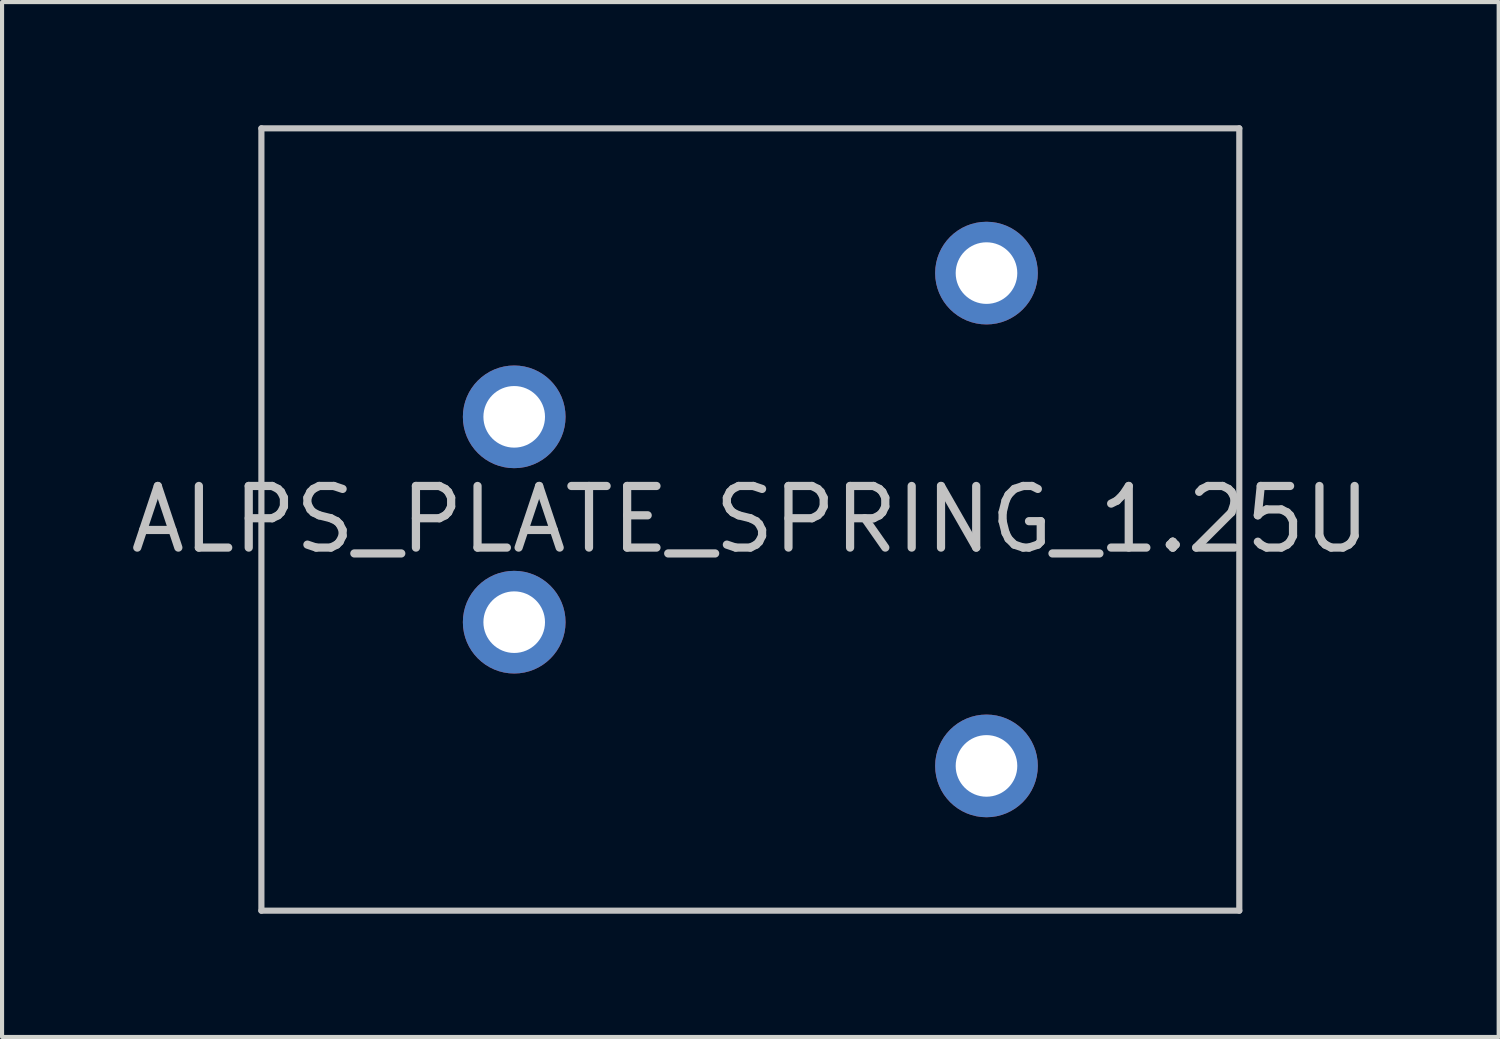
<source format=kicad_pcb>
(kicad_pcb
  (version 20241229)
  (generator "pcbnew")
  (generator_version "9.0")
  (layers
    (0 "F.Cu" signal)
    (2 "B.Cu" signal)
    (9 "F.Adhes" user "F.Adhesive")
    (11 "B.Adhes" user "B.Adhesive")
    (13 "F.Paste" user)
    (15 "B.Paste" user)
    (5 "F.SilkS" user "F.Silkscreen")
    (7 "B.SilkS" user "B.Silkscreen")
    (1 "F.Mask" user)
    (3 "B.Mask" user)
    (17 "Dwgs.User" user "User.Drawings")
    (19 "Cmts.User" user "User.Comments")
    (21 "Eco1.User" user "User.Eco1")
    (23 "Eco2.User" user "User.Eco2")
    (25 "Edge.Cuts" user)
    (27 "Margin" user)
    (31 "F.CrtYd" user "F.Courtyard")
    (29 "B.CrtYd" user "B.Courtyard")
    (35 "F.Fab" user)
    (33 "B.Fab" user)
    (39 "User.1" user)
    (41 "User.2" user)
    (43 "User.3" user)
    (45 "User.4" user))
  (footprint "ALPS_PLATE_SPRING_1.25U"
    (layer "F.Cu")
    (at 15.221 9.6)
    (property "Reference" "ALPS_PLATE_SPRING_1.25U" (at 0 0 0) (layer "Dwgs.User") (effects (font (size 1.5 1.5) (thickness 0.2))))
    (attr through_hole)
    (fp_line (start -11.906 -9.525) (end 11.906 -9.525) (stroke (width 0.15) (type solid)) (layer "Dwgs.User"))
    (fp_line (start -11.906 9.525) (end -11.906 -9.525) (stroke (width 0.15) (type solid)) (layer "Dwgs.User"))
    (fp_line (start 11.906 -9.525) (end 11.906 9.525) (stroke (width 0.15) (type solid)) (layer "Dwgs.User"))
    (fp_line (start 11.906 9.525) (end -11.906 9.525) (stroke (width 0.15) (type solid)) (layer "Dwgs.User"))
    (pad "1" thru_hole circle (at -5.75 2.5 90) (size 2.5 2.5) (drill 1.5) (layers "*.Cu" "*.Mask"))
    (pad "2" thru_hole circle (at -5.75 -2.5 90) (size 2.5 2.5) (drill 1.5) (layers "*.Cu" "*.Mask"))
    (pad "3" thru_hole circle (at 5.75 -6 90) (size 2.5 2.5) (drill 1.5) (layers "*.Cu" "*.Mask"))
    (pad "3" thru_hole circle (at 5.75 6 90) (size 2.5 2.5) (drill 1.5) (layers "*.Cu" "*.Mask")))
  (gr_rect
    (start -3 -3)
    (end 33.443 22.2)
    (stroke (width 0.1) (type default))
    (fill no)
    (layer "Edge.Cuts")))
</source>
